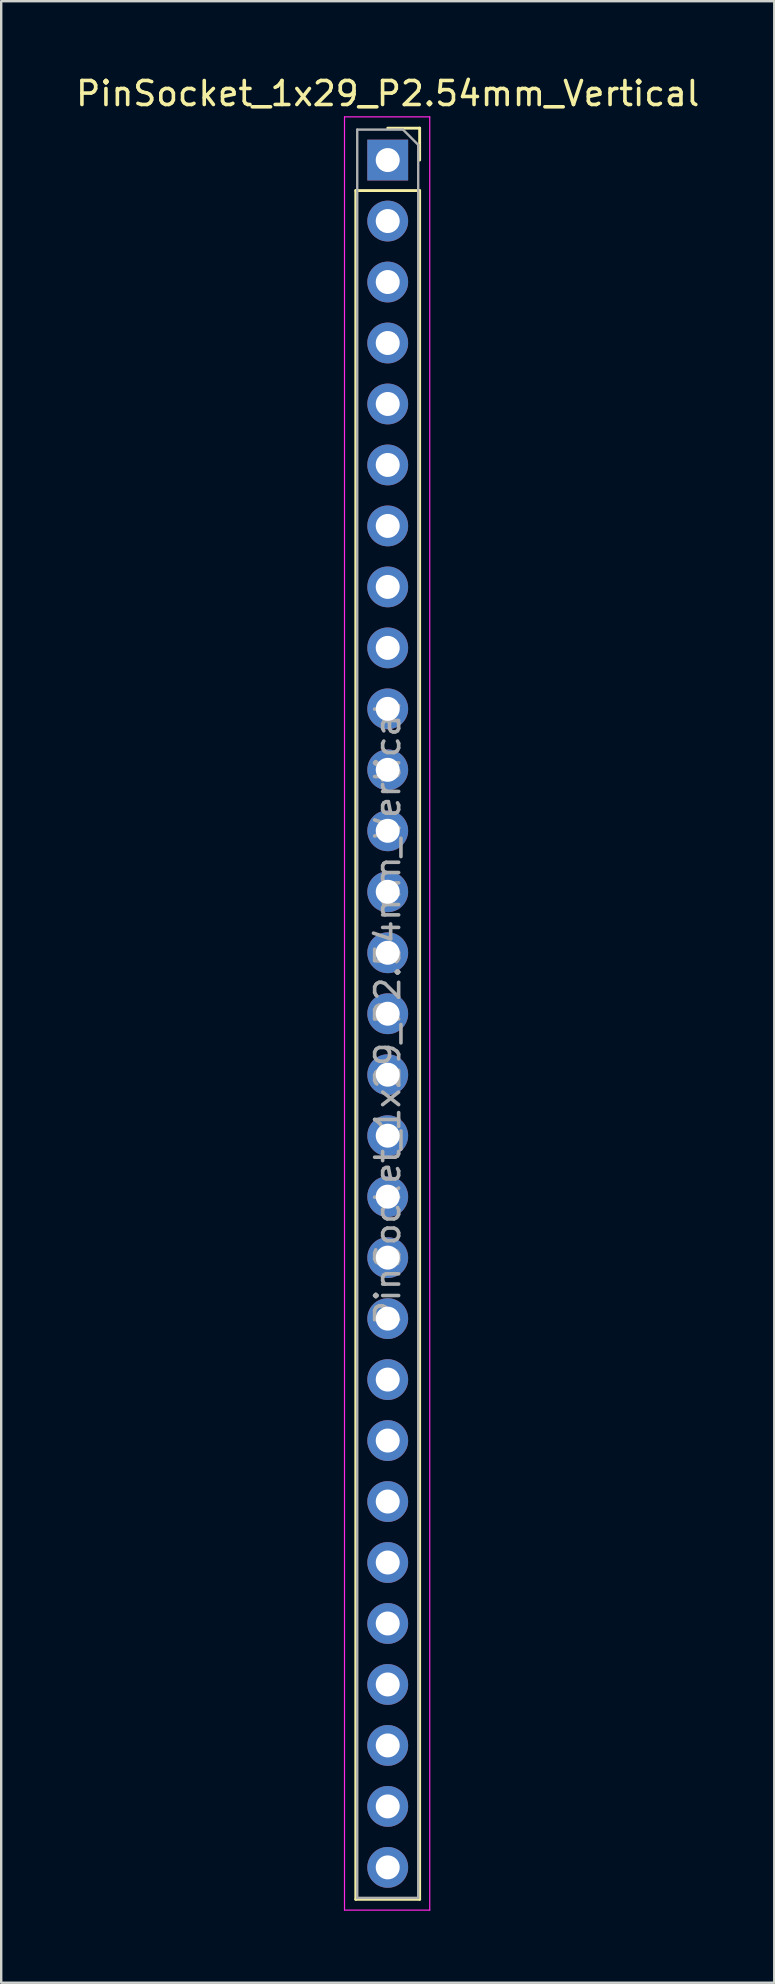
<source format=kicad_pcb>
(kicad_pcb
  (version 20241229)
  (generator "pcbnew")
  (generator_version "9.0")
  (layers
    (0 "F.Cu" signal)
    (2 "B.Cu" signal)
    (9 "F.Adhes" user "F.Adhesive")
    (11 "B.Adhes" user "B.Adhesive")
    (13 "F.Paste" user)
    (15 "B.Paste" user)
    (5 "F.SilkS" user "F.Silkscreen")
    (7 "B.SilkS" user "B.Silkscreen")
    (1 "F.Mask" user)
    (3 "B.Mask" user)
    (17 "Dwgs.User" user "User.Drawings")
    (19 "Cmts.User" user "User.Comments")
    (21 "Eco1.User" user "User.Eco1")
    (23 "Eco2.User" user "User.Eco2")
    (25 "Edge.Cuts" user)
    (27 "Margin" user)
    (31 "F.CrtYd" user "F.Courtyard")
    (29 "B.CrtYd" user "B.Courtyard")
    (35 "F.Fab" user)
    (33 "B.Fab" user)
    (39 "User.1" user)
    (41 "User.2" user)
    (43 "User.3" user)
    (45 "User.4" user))
  (footprint "PinSocket_1x29_P2.54mm_Vertical"
    (layer "F.Cu")
    (at 13.101 3.618)
    (property "Reference" "PinSocket_1x29_P2.54mm_Vertical" (at 0 -2.77 0) (layer "F.SilkS") (effects (font (size 1 1) (thickness 0.15))))
    (attr through_hole)
    (fp_line (start -1.33 1.27) (end -1.33 72.45) (stroke (width 0.12) (type solid)) (layer "F.SilkS"))
    (fp_line (start -1.33 1.27) (end 1.33 1.27) (stroke (width 0.12) (type solid)) (layer "F.SilkS"))
    (fp_line (start -1.33 72.45) (end 1.33 72.45) (stroke (width 0.12) (type solid)) (layer "F.SilkS"))
    (fp_line (start 0 -1.33) (end 1.33 -1.33) (stroke (width 0.12) (type solid)) (layer "F.SilkS"))
    (fp_line (start 1.33 -1.33) (end 1.33 0) (stroke (width 0.12) (type solid)) (layer "F.SilkS"))
    (fp_line (start 1.33 1.27) (end 1.33 72.45) (stroke (width 0.12) (type solid)) (layer "F.SilkS"))
    (fp_line (start -1.8 -1.8) (end 1.75 -1.8) (stroke (width 0.05) (type solid)) (layer "F.CrtYd"))
    (fp_line (start -1.8 72.9) (end -1.8 -1.8) (stroke (width 0.05) (type solid)) (layer "F.CrtYd"))
    (fp_line (start 1.75 -1.8) (end 1.75 72.9) (stroke (width 0.05) (type solid)) (layer "F.CrtYd"))
    (fp_line (start 1.75 72.9) (end -1.8 72.9) (stroke (width 0.05) (type solid)) (layer "F.CrtYd"))
    (fp_line (start -1.27 -1.27) (end 0.635 -1.27) (stroke (width 0.1) (type solid)) (layer "F.Fab"))
    (fp_line (start -1.27 72.39) (end -1.27 -1.27) (stroke (width 0.1) (type solid)) (layer "F.Fab"))
    (fp_line (start 0.635 -1.27) (end 1.27 -0.635) (stroke (width 0.1) (type solid)) (layer "F.Fab"))
    (fp_line (start 1.27 -0.635) (end 1.27 72.39) (stroke (width 0.1) (type solid)) (layer "F.Fab"))
    (fp_line (start 1.27 72.39) (end -1.27 72.39) (stroke (width 0.1) (type solid)) (layer "F.Fab"))
    (fp_text user "${REFERENCE}" (at 0 35.56 90) (layer "F.Fab") (effects (font (size 1 1) (thickness 0.15))))
    (pad "1" thru_hole rect (at 0 0) (size 1.7 1.7) (drill 1) (layers "*.Cu" "*.Mask"))
    (pad "2" thru_hole circle (at 0 2.54) (size 1.7 1.7) (drill 1) (layers "*.Cu" "*.Mask"))
    (pad "3" thru_hole circle (at 0 5.08) (size 1.7 1.7) (drill 1) (layers "*.Cu" "*.Mask"))
    (pad "4" thru_hole circle (at 0 7.62) (size 1.7 1.7) (drill 1) (layers "*.Cu" "*.Mask"))
    (pad "5" thru_hole circle (at 0 10.16) (size 1.7 1.7) (drill 1) (layers "*.Cu" "*.Mask"))
    (pad "6" thru_hole circle (at 0 12.7) (size 1.7 1.7) (drill 1) (layers "*.Cu" "*.Mask"))
    (pad "7" thru_hole circle (at 0 15.24) (size 1.7 1.7) (drill 1) (layers "*.Cu" "*.Mask"))
    (pad "8" thru_hole circle (at 0 17.78) (size 1.7 1.7) (drill 1) (layers "*.Cu" "*.Mask"))
    (pad "9" thru_hole circle (at 0 20.32) (size 1.7 1.7) (drill 1) (layers "*.Cu" "*.Mask"))
    (pad "10" thru_hole circle (at 0 22.86) (size 1.7 1.7) (drill 1) (layers "*.Cu" "*.Mask"))
    (pad "11" thru_hole circle (at 0 25.4) (size 1.7 1.7) (drill 1) (layers "*.Cu" "*.Mask"))
    (pad "12" thru_hole circle (at 0 27.94) (size 1.7 1.7) (drill 1) (layers "*.Cu" "*.Mask"))
    (pad "13" thru_hole circle (at 0 30.48) (size 1.7 1.7) (drill 1) (layers "*.Cu" "*.Mask"))
    (pad "14" thru_hole circle (at 0 33.02) (size 1.7 1.7) (drill 1) (layers "*.Cu" "*.Mask"))
    (pad "15" thru_hole circle (at 0 35.56) (size 1.7 1.7) (drill 1) (layers "*.Cu" "*.Mask"))
    (pad "16" thru_hole circle (at 0 38.1) (size 1.7 1.7) (drill 1) (layers "*.Cu" "*.Mask"))
    (pad "17" thru_hole circle (at 0 40.64) (size 1.7 1.7) (drill 1) (layers "*.Cu" "*.Mask"))
    (pad "18" thru_hole circle (at 0 43.18) (size 1.7 1.7) (drill 1) (layers "*.Cu" "*.Mask"))
    (pad "19" thru_hole circle (at 0 45.72) (size 1.7 1.7) (drill 1) (layers "*.Cu" "*.Mask"))
    (pad "20" thru_hole circle (at 0 48.26) (size 1.7 1.7) (drill 1) (layers "*.Cu" "*.Mask"))
    (pad "21" thru_hole circle (at 0 50.8) (size 1.7 1.7) (drill 1) (layers "*.Cu" "*.Mask"))
    (pad "22" thru_hole circle (at 0 53.34) (size 1.7 1.7) (drill 1) (layers "*.Cu" "*.Mask"))
    (pad "23" thru_hole circle (at 0 55.88) (size 1.7 1.7) (drill 1) (layers "*.Cu" "*.Mask"))
    (pad "24" thru_hole circle (at 0 58.42) (size 1.7 1.7) (drill 1) (layers "*.Cu" "*.Mask"))
    (pad "25" thru_hole circle (at 0 60.96) (size 1.7 1.7) (drill 1) (layers "*.Cu" "*.Mask"))
    (pad "26" thru_hole circle (at 0 63.5) (size 1.7 1.7) (drill 1) (layers "*.Cu" "*.Mask"))
    (pad "27" thru_hole circle (at 0 66.04) (size 1.7 1.7) (drill 1) (layers "*.Cu" "*.Mask"))
    (pad "28" thru_hole circle (at 0 68.58) (size 1.7 1.7) (drill 1) (layers "*.Cu" "*.Mask"))
    (pad "29" thru_hole circle (at 0 71.12) (size 1.7 1.7) (drill 1) (layers "*.Cu" "*.Mask")))
  (gr_rect
    (start -3 -3)
    (end 29.202 79.543)
    (stroke (width 0.1) (type default))
    (fill no)
    (layer "Edge.Cuts")))
</source>
